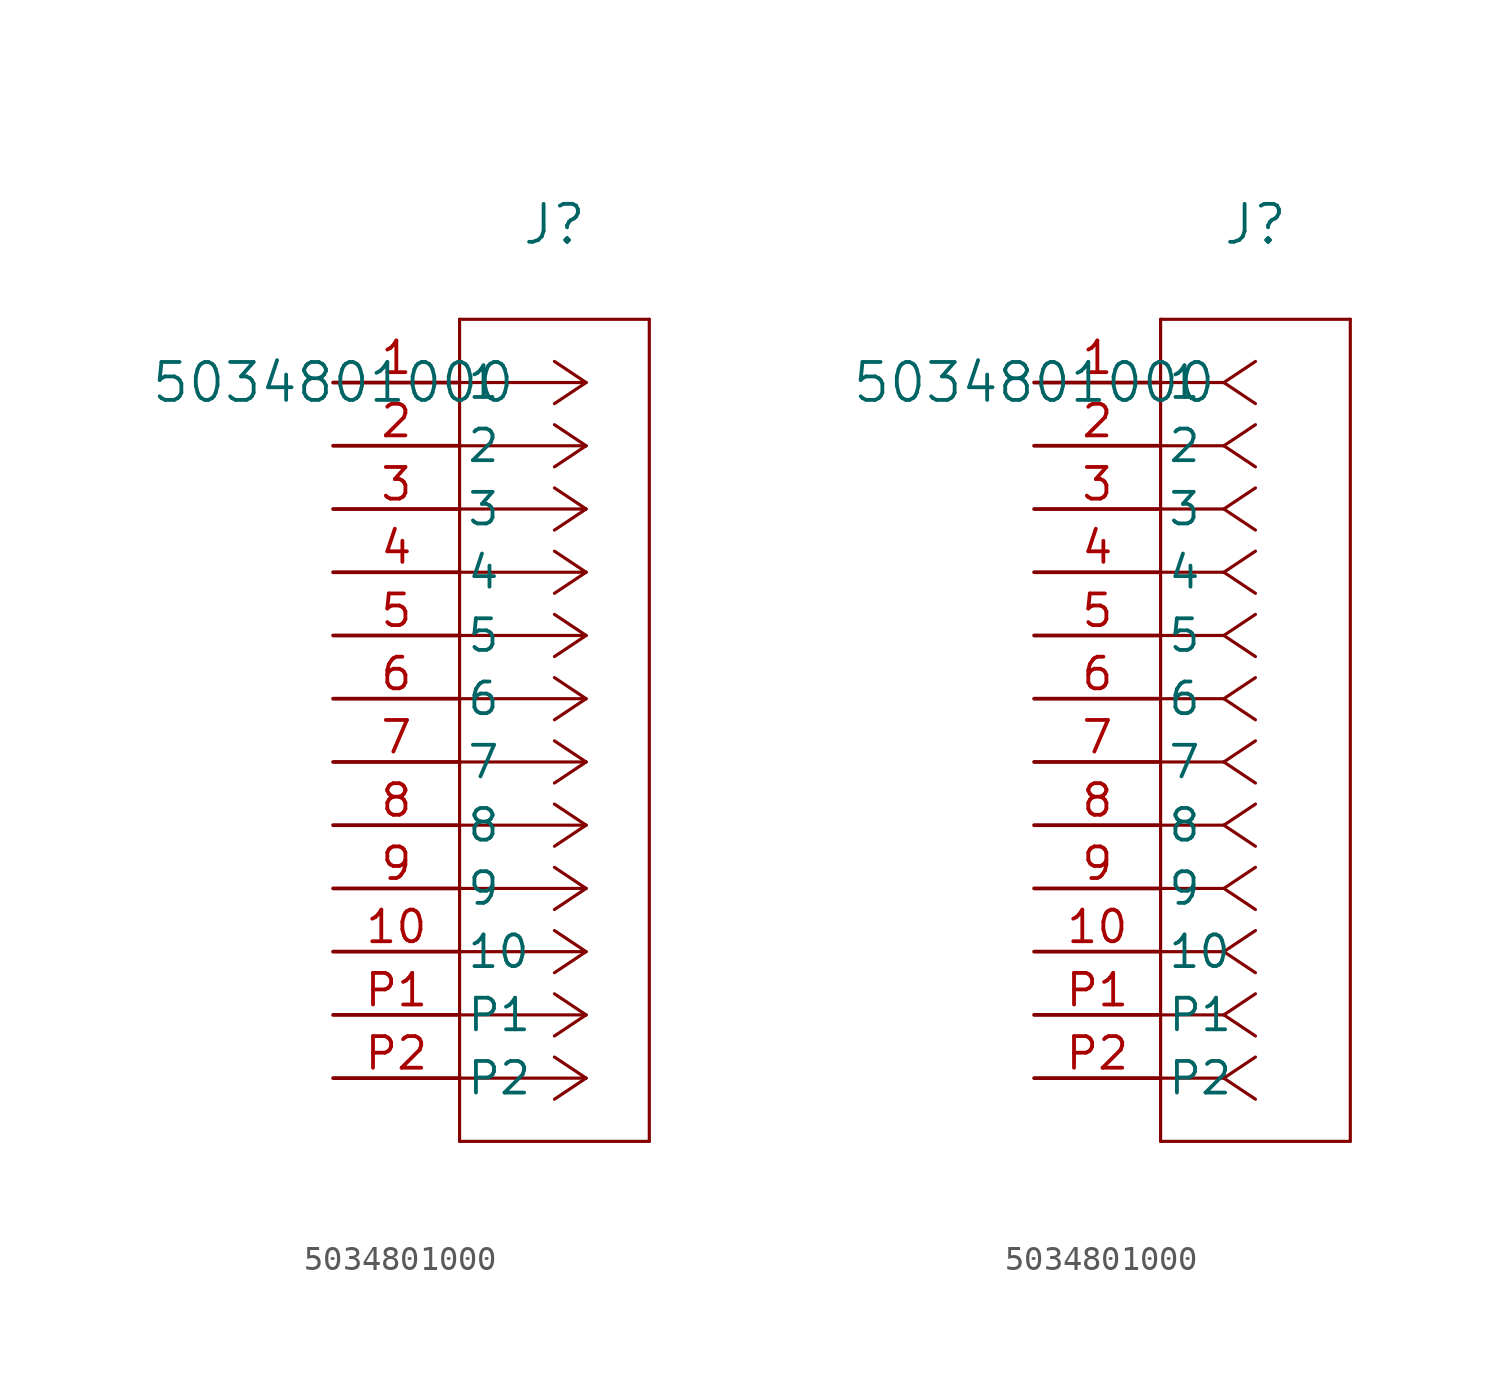
<source format=kicad_sym>
(kicad_symbol_lib
  (version 20231120)
  (generator "kicad_symbol_editor")
  (generator_version "8.99")
  (symbol "5034801000"
    (pin_names
      (offset 0.254))
    (property "Reference" "J"
      (at 8.89 6.35 0)
      (effects (font (size 1.524 1.524))))
    (property "Value" "5034801000"
      (at 0 0 0)
      (effects (font (size 1.524 1.524))))
    (symbol "5034801000_1_1"
      (polyline (pts (xy 5.08 -30.48) (xy 12.7 -30.48)) (stroke (width 0.127) (type default)) (fill (type none)))
      (polyline (pts (xy 5.08 2.54) (xy 5.08 -30.48)) (stroke (width 0.127) (type default)) (fill (type none)))
      (polyline (pts (xy 10.16 -27.94) (xy 5.08 -27.94)) (stroke (width 0.127) (type default)) (fill (type none)))
      (polyline (pts (xy 10.16 -27.94) (xy 8.89 -28.787)) (stroke (width 0.127) (type default)) (fill (type none)))
      (polyline (pts (xy 10.16 -27.94) (xy 8.89 -27.093)) (stroke (width 0.127) (type default)) (fill (type none)))
      (polyline (pts (xy 10.16 -25.4) (xy 5.08 -25.4)) (stroke (width 0.127) (type default)) (fill (type none)))
      (polyline (pts (xy 10.16 -25.4) (xy 8.89 -26.247)) (stroke (width 0.127) (type default)) (fill (type none)))
      (polyline (pts (xy 10.16 -25.4) (xy 8.89 -24.553)) (stroke (width 0.127) (type default)) (fill (type none)))
      (polyline (pts (xy 10.16 -22.86) (xy 5.08 -22.86)) (stroke (width 0.127) (type default)) (fill (type none)))
      (polyline (pts (xy 10.16 -22.86) (xy 8.89 -23.707)) (stroke (width 0.127) (type default)) (fill (type none)))
      (polyline (pts (xy 10.16 -22.86) (xy 8.89 -22.013)) (stroke (width 0.127) (type default)) (fill (type none)))
      (polyline (pts (xy 10.16 -20.32) (xy 5.08 -20.32)) (stroke (width 0.127) (type default)) (fill (type none)))
      (polyline (pts (xy 10.16 -20.32) (xy 8.89 -21.167)) (stroke (width 0.127) (type default)) (fill (type none)))
      (polyline (pts (xy 10.16 -20.32) (xy 8.89 -19.473)) (stroke (width 0.127) (type default)) (fill (type none)))
      (polyline (pts (xy 10.16 -17.78) (xy 5.08 -17.78)) (stroke (width 0.127) (type default)) (fill (type none)))
      (polyline (pts (xy 10.16 -17.78) (xy 8.89 -18.627)) (stroke (width 0.127) (type default)) (fill (type none)))
      (polyline (pts (xy 10.16 -17.78) (xy 8.89 -16.933)) (stroke (width 0.127) (type default)) (fill (type none)))
      (polyline (pts (xy 10.16 -15.24) (xy 5.08 -15.24)) (stroke (width 0.127) (type default)) (fill (type none)))
      (polyline (pts (xy 10.16 -15.24) (xy 8.89 -16.087)) (stroke (width 0.127) (type default)) (fill (type none)))
      (polyline (pts (xy 10.16 -15.24) (xy 8.89 -14.393)) (stroke (width 0.127) (type default)) (fill (type none)))
      (polyline (pts (xy 10.16 -12.7) (xy 5.08 -12.7)) (stroke (width 0.127) (type default)) (fill (type none)))
      (polyline (pts (xy 10.16 -12.7) (xy 8.89 -13.547)) (stroke (width 0.127) (type default)) (fill (type none)))
      (polyline (pts (xy 10.16 -12.7) (xy 8.89 -11.853)) (stroke (width 0.127) (type default)) (fill (type none)))
      (polyline (pts (xy 10.16 -10.16) (xy 5.08 -10.16)) (stroke (width 0.127) (type default)) (fill (type none)))
      (polyline (pts (xy 10.16 -10.16) (xy 8.89 -11.007)) (stroke (width 0.127) (type default)) (fill (type none)))
      (polyline (pts (xy 10.16 -10.16) (xy 8.89 -9.313)) (stroke (width 0.127) (type default)) (fill (type none)))
      (polyline (pts (xy 10.16 -7.62) (xy 5.08 -7.62)) (stroke (width 0.127) (type default)) (fill (type none)))
      (polyline (pts (xy 10.16 -7.62) (xy 8.89 -8.467)) (stroke (width 0.127) (type default)) (fill (type none)))
      (polyline (pts (xy 10.16 -7.62) (xy 8.89 -6.773)) (stroke (width 0.127) (type default)) (fill (type none)))
      (polyline (pts (xy 10.16 -5.08) (xy 5.08 -5.08)) (stroke (width 0.127) (type default)) (fill (type none)))
      (polyline (pts (xy 10.16 -5.08) (xy 8.89 -5.927)) (stroke (width 0.127) (type default)) (fill (type none)))
      (polyline (pts (xy 10.16 -5.08) (xy 8.89 -4.233)) (stroke (width 0.127) (type default)) (fill (type none)))
      (polyline (pts (xy 10.16 -2.54) (xy 5.08 -2.54)) (stroke (width 0.127) (type default)) (fill (type none)))
      (polyline (pts (xy 10.16 -2.54) (xy 8.89 -3.387)) (stroke (width 0.127) (type default)) (fill (type none)))
      (polyline (pts (xy 10.16 -2.54) (xy 8.89 -1.693)) (stroke (width 0.127) (type default)) (fill (type none)))
      (polyline (pts (xy 10.16 0) (xy 5.08 0)) (stroke (width 0.127) (type default)) (fill (type none)))
      (polyline (pts (xy 10.16 0) (xy 8.89 -0.847)) (stroke (width 0.127) (type default)) (fill (type none)))
      (polyline (pts (xy 10.16 0) (xy 8.89 0.847)) (stroke (width 0.127) (type default)) (fill (type none)))
      (polyline (pts (xy 12.7 -30.48) (xy 12.7 2.54)) (stroke (width 0.127) (type default)) (fill (type none)))
      (polyline (pts (xy 12.7 2.54) (xy 5.08 2.54)) (stroke (width 0.127) (type default)) (fill (type none)))
      (pin unspecified line (at 0 0 0) (length 5.08) (name "1" (effects (font (size 1.27 1.27)))) (number "1" (effects (font (size 1.27 1.27)))))
      (pin unspecified line (at 0 -22.86 0) (length 5.08) (name "10" (effects (font (size 1.27 1.27)))) (number "10" (effects (font (size 1.27 1.27)))))
      (pin unspecified line (at 0 -2.54 0) (length 5.08) (name "2" (effects (font (size 1.27 1.27)))) (number "2" (effects (font (size 1.27 1.27)))))
      (pin unspecified line (at 0 -5.08 0) (length 5.08) (name "3" (effects (font (size 1.27 1.27)))) (number "3" (effects (font (size 1.27 1.27)))))
      (pin unspecified line (at 0 -7.62 0) (length 5.08) (name "4" (effects (font (size 1.27 1.27)))) (number "4" (effects (font (size 1.27 1.27)))))
      (pin unspecified line (at 0 -10.16 0) (length 5.08) (name "5" (effects (font (size 1.27 1.27)))) (number "5" (effects (font (size 1.27 1.27)))))
      (pin unspecified line (at 0 -12.7 0) (length 5.08) (name "6" (effects (font (size 1.27 1.27)))) (number "6" (effects (font (size 1.27 1.27)))))
      (pin unspecified line (at 0 -15.24 0) (length 5.08) (name "7" (effects (font (size 1.27 1.27)))) (number "7" (effects (font (size 1.27 1.27)))))
      (pin unspecified line (at 0 -17.78 0) (length 5.08) (name "8" (effects (font (size 1.27 1.27)))) (number "8" (effects (font (size 1.27 1.27)))))
      (pin unspecified line (at 0 -20.32 0) (length 5.08) (name "9" (effects (font (size 1.27 1.27)))) (number "9" (effects (font (size 1.27 1.27)))))
      (pin unspecified line (at 0 -25.4 0) (length 5.08) (name "P1" (effects (font (size 1.27 1.27)))) (number "P1" (effects (font (size 1.27 1.27)))))
      (pin unspecified line (at 0 -27.94 0) (length 5.08) (name "P2" (effects (font (size 1.27 1.27)))) (number "P2" (effects (font (size 1.27 1.27))))))
    (symbol "5034801000_1_2"
      (polyline (pts (xy 5.08 -30.48) (xy 12.7 -30.48)) (stroke (width 0.127) (type default)) (fill (type none)))
      (polyline (pts (xy 5.08 2.54) (xy 5.08 -30.48)) (stroke (width 0.127) (type default)) (fill (type none)))
      (polyline (pts (xy 7.62 -27.94) (xy 5.08 -27.94)) (stroke (width 0.127) (type default)) (fill (type none)))
      (polyline (pts (xy 7.62 -27.94) (xy 8.89 -28.787)) (stroke (width 0.127) (type default)) (fill (type none)))
      (polyline (pts (xy 7.62 -27.94) (xy 8.89 -27.093)) (stroke (width 0.127) (type default)) (fill (type none)))
      (polyline (pts (xy 7.62 -25.4) (xy 5.08 -25.4)) (stroke (width 0.127) (type default)) (fill (type none)))
      (polyline (pts (xy 7.62 -25.4) (xy 8.89 -26.247)) (stroke (width 0.127) (type default)) (fill (type none)))
      (polyline (pts (xy 7.62 -25.4) (xy 8.89 -24.553)) (stroke (width 0.127) (type default)) (fill (type none)))
      (polyline (pts (xy 7.62 -22.86) (xy 5.08 -22.86)) (stroke (width 0.127) (type default)) (fill (type none)))
      (polyline (pts (xy 7.62 -22.86) (xy 8.89 -23.707)) (stroke (width 0.127) (type default)) (fill (type none)))
      (polyline (pts (xy 7.62 -22.86) (xy 8.89 -22.013)) (stroke (width 0.127) (type default)) (fill (type none)))
      (polyline (pts (xy 7.62 -20.32) (xy 5.08 -20.32)) (stroke (width 0.127) (type default)) (fill (type none)))
      (polyline (pts (xy 7.62 -20.32) (xy 8.89 -21.167)) (stroke (width 0.127) (type default)) (fill (type none)))
      (polyline (pts (xy 7.62 -20.32) (xy 8.89 -19.473)) (stroke (width 0.127) (type default)) (fill (type none)))
      (polyline (pts (xy 7.62 -17.78) (xy 5.08 -17.78)) (stroke (width 0.127) (type default)) (fill (type none)))
      (polyline (pts (xy 7.62 -17.78) (xy 8.89 -18.627)) (stroke (width 0.127) (type default)) (fill (type none)))
      (polyline (pts (xy 7.62 -17.78) (xy 8.89 -16.933)) (stroke (width 0.127) (type default)) (fill (type none)))
      (polyline (pts (xy 7.62 -15.24) (xy 5.08 -15.24)) (stroke (width 0.127) (type default)) (fill (type none)))
      (polyline (pts (xy 7.62 -15.24) (xy 8.89 -16.087)) (stroke (width 0.127) (type default)) (fill (type none)))
      (polyline (pts (xy 7.62 -15.24) (xy 8.89 -14.393)) (stroke (width 0.127) (type default)) (fill (type none)))
      (polyline (pts (xy 7.62 -12.7) (xy 5.08 -12.7)) (stroke (width 0.127) (type default)) (fill (type none)))
      (polyline (pts (xy 7.62 -12.7) (xy 8.89 -13.547)) (stroke (width 0.127) (type default)) (fill (type none)))
      (polyline (pts (xy 7.62 -12.7) (xy 8.89 -11.853)) (stroke (width 0.127) (type default)) (fill (type none)))
      (polyline (pts (xy 7.62 -10.16) (xy 5.08 -10.16)) (stroke (width 0.127) (type default)) (fill (type none)))
      (polyline (pts (xy 7.62 -10.16) (xy 8.89 -11.007)) (stroke (width 0.127) (type default)) (fill (type none)))
      (polyline (pts (xy 7.62 -10.16) (xy 8.89 -9.313)) (stroke (width 0.127) (type default)) (fill (type none)))
      (polyline (pts (xy 7.62 -7.62) (xy 5.08 -7.62)) (stroke (width 0.127) (type default)) (fill (type none)))
      (polyline (pts (xy 7.62 -7.62) (xy 8.89 -8.467)) (stroke (width 0.127) (type default)) (fill (type none)))
      (polyline (pts (xy 7.62 -7.62) (xy 8.89 -6.773)) (stroke (width 0.127) (type default)) (fill (type none)))
      (polyline (pts (xy 7.62 -5.08) (xy 5.08 -5.08)) (stroke (width 0.127) (type default)) (fill (type none)))
      (polyline (pts (xy 7.62 -5.08) (xy 8.89 -5.927)) (stroke (width 0.127) (type default)) (fill (type none)))
      (polyline (pts (xy 7.62 -5.08) (xy 8.89 -4.233)) (stroke (width 0.127) (type default)) (fill (type none)))
      (polyline (pts (xy 7.62 -2.54) (xy 5.08 -2.54)) (stroke (width 0.127) (type default)) (fill (type none)))
      (polyline (pts (xy 7.62 -2.54) (xy 8.89 -3.387)) (stroke (width 0.127) (type default)) (fill (type none)))
      (polyline (pts (xy 7.62 -2.54) (xy 8.89 -1.693)) (stroke (width 0.127) (type default)) (fill (type none)))
      (polyline (pts (xy 7.62 0) (xy 5.08 0)) (stroke (width 0.127) (type default)) (fill (type none)))
      (polyline (pts (xy 7.62 0) (xy 8.89 -0.847)) (stroke (width 0.127) (type default)) (fill (type none)))
      (polyline (pts (xy 7.62 0) (xy 8.89 0.847)) (stroke (width 0.127) (type default)) (fill (type none)))
      (polyline (pts (xy 12.7 -30.48) (xy 12.7 2.54)) (stroke (width 0.127) (type default)) (fill (type none)))
      (polyline (pts (xy 12.7 2.54) (xy 5.08 2.54)) (stroke (width 0.127) (type default)) (fill (type none)))
      (pin unspecified line (at 0 0 0) (length 5.08) (name "1" (effects (font (size 1.27 1.27)))) (number "1" (effects (font (size 1.27 1.27)))))
      (pin unspecified line (at 0 -22.86 0) (length 5.08) (name "10" (effects (font (size 1.27 1.27)))) (number "10" (effects (font (size 1.27 1.27)))))
      (pin unspecified line (at 0 -2.54 0) (length 5.08) (name "2" (effects (font (size 1.27 1.27)))) (number "2" (effects (font (size 1.27 1.27)))))
      (pin unspecified line (at 0 -5.08 0) (length 5.08) (name "3" (effects (font (size 1.27 1.27)))) (number "3" (effects (font (size 1.27 1.27)))))
      (pin unspecified line (at 0 -7.62 0) (length 5.08) (name "4" (effects (font (size 1.27 1.27)))) (number "4" (effects (font (size 1.27 1.27)))))
      (pin unspecified line (at 0 -10.16 0) (length 5.08) (name "5" (effects (font (size 1.27 1.27)))) (number "5" (effects (font (size 1.27 1.27)))))
      (pin unspecified line (at 0 -12.7 0) (length 5.08) (name "6" (effects (font (size 1.27 1.27)))) (number "6" (effects (font (size 1.27 1.27)))))
      (pin unspecified line (at 0 -15.24 0) (length 5.08) (name "7" (effects (font (size 1.27 1.27)))) (number "7" (effects (font (size 1.27 1.27)))))
      (pin unspecified line (at 0 -17.78 0) (length 5.08) (name "8" (effects (font (size 1.27 1.27)))) (number "8" (effects (font (size 1.27 1.27)))))
      (pin unspecified line (at 0 -20.32 0) (length 5.08) (name "9" (effects (font (size 1.27 1.27)))) (number "9" (effects (font (size 1.27 1.27)))))
      (pin unspecified line (at 0 -25.4 0) (length 5.08) (name "P1" (effects (font (size 1.27 1.27)))) (number "P1" (effects (font (size 1.27 1.27)))))
      (pin unspecified line (at 0 -27.94 0) (length 5.08) (name "P2" (effects (font (size 1.27 1.27)))) (number "P2" (effects (font (size 1.27 1.27))))))))
</source>
